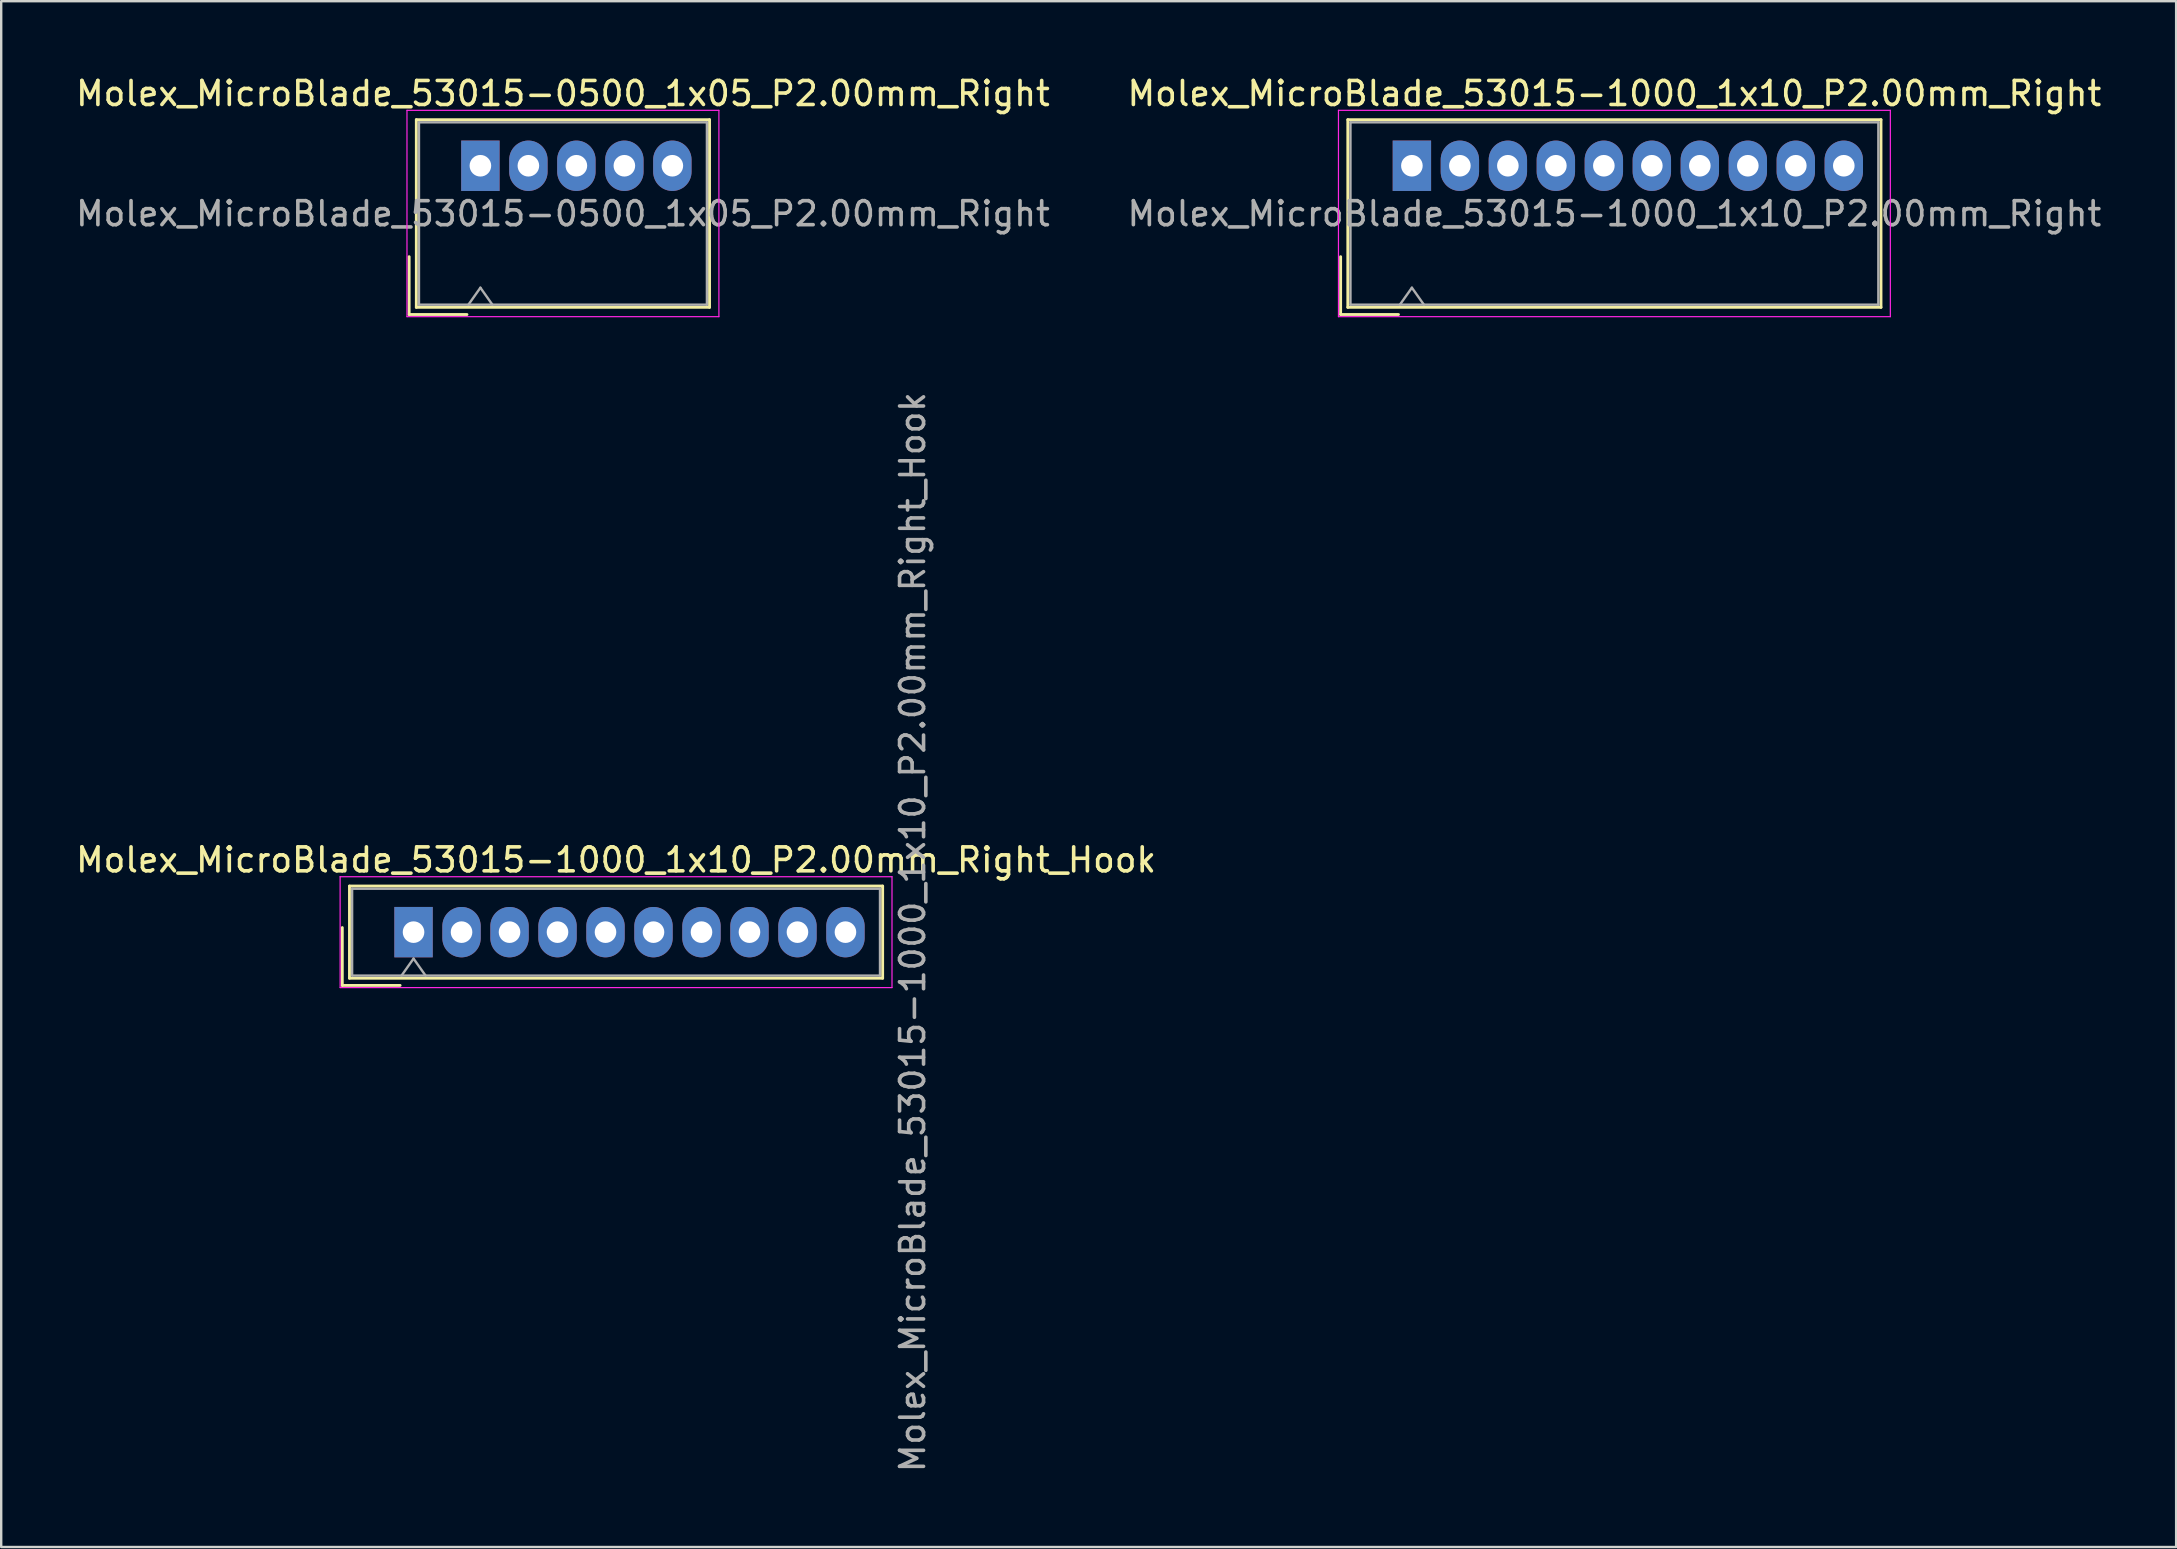
<source format=kicad_pcb>
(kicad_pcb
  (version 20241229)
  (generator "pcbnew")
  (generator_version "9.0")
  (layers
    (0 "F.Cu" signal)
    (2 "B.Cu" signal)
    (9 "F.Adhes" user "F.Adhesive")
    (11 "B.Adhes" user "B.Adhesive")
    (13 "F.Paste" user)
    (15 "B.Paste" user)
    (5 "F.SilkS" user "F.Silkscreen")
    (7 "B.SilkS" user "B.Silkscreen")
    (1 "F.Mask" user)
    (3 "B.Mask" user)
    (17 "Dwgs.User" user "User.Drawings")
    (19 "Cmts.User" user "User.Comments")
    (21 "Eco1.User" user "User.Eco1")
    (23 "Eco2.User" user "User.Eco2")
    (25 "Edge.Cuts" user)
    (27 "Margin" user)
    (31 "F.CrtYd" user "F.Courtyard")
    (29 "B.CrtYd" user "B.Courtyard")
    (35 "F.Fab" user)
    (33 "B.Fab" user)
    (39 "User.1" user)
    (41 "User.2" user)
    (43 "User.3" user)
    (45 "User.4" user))
  (footprint "Molex_MicroBlade_53015-1000_1x10_P2.00mm_Right"
    (layer "F.Cu")
    (at 55.792 3.858)
    (property "Reference" "Molex_MicroBlade_53015-1000_1x10_P2.00mm_Right" (at 8.44 -3.01 0) (layer "F.SilkS") (effects (font (size 1 1) (thickness 0.15))))
    (attr through_hole)
    (fp_line (start -2.97 3.79) (end -2.97 6.2) (stroke (width 0.12) (type solid)) (layer "F.SilkS"))
    (fp_line (start -2.97 6.2) (end -0.56 6.2) (stroke (width 0.12) (type solid)) (layer "F.SilkS"))
    (fp_line (start -2.67 -1.92) (end -2.67 5.9) (stroke (width 0.12) (type solid)) (layer "F.SilkS"))
    (fp_line (start -2.67 5.9) (end 19.55 5.9) (stroke (width 0.12) (type solid)) (layer "F.SilkS"))
    (fp_line (start 19.55 -1.92) (end -2.67 -1.92) (stroke (width 0.12) (type solid)) (layer "F.SilkS"))
    (fp_line (start 19.55 5.9) (end 19.55 -1.92) (stroke (width 0.12) (type solid)) (layer "F.SilkS"))
    (fp_line (start -3.06 -2.31) (end -3.06 6.29) (stroke (width 0.05) (type solid)) (layer "F.CrtYd"))
    (fp_line (start -3.06 6.29) (end 19.94 6.29) (stroke (width 0.05) (type solid)) (layer "F.CrtYd"))
    (fp_line (start 19.94 -2.31) (end -3.06 -2.31) (stroke (width 0.05) (type solid)) (layer "F.CrtYd"))
    (fp_line (start 19.94 6.29) (end 19.94 -2.31) (stroke (width 0.05) (type solid)) (layer "F.CrtYd"))
    (fp_line (start -2.56 -1.81) (end -2.56 5.79) (stroke (width 0.1) (type solid)) (layer "F.Fab"))
    (fp_line (start -2.56 5.79) (end 19.44 5.79) (stroke (width 0.1) (type solid)) (layer "F.Fab"))
    (fp_line (start -0.5 5.79) (end 0 5.083) (stroke (width 0.1) (type solid)) (layer "F.Fab"))
    (fp_line (start 0 5.083) (end 0.5 5.79) (stroke (width 0.1) (type solid)) (layer "F.Fab"))
    (fp_line (start 19.44 -1.81) (end -2.56 -1.81) (stroke (width 0.1) (type solid)) (layer "F.Fab"))
    (fp_line (start 19.44 5.79) (end 19.44 -1.81) (stroke (width 0.1) (type solid)) (layer "F.Fab"))
    (fp_text user "${REFERENCE}" (at 8.44 2 0) (layer "F.Fab") (effects (font (size 1 1) (thickness 0.15))))
    (pad "1" thru_hole rect (at 0 0) (size 1.6 2.1) (drill 0.9) (layers "*.Cu" "*.Mask"))
    (pad "2" thru_hole oval (at 2 0) (size 1.6 2.1) (drill 0.9) (layers "*.Cu" "*.Mask"))
    (pad "3" thru_hole oval (at 4 0) (size 1.6 2.1) (drill 0.9) (layers "*.Cu" "*.Mask"))
    (pad "4" thru_hole oval (at 6 0) (size 1.6 2.1) (drill 0.9) (layers "*.Cu" "*.Mask"))
    (pad "5" thru_hole oval (at 8 0) (size 1.6 2.1) (drill 0.9) (layers "*.Cu" "*.Mask"))
    (pad "6" thru_hole oval (at 10 0) (size 1.6 2.1) (drill 0.9) (layers "*.Cu" "*.Mask"))
    (pad "7" thru_hole oval (at 12 0) (size 1.6 2.1) (drill 0.9) (layers "*.Cu" "*.Mask"))
    (pad "8" thru_hole oval (at 14 0) (size 1.6 2.1) (drill 0.9) (layers "*.Cu" "*.Mask"))
    (pad "9" thru_hole oval (at 16 0) (size 1.6 2.1) (drill 0.9) (layers "*.Cu" "*.Mask"))
    (pad "10" thru_hole oval (at 18 0) (size 1.6 2.1) (drill 0.9) (layers "*.Cu" "*.Mask")))
  (footprint "Molex_MicroBlade_53015-1000_1x10_P2.00mm_Right_Hook"
    (layer "F.Cu")
    (at 14.185 35.798)
    (property "Reference" "Molex_MicroBlade_53015-1000_1x10_P2.00mm_Right_Hook" (at 8.44 -3.01 0) (layer "F.SilkS") (effects (font (size 1 1) (thickness 0.15))))
    (attr through_hole)
    (fp_line (start -2.97 -0.19) (end -2.97 2.22) (stroke (width 0.12) (type solid)) (layer "F.SilkS"))
    (fp_line (start -2.97 2.22) (end -0.56 2.22) (stroke (width 0.12) (type solid)) (layer "F.SilkS"))
    (fp_line (start -2.67 -1.92) (end -2.67 1.92) (stroke (width 0.12) (type solid)) (layer "F.SilkS"))
    (fp_line (start -2.67 1.92) (end 19.55 1.92) (stroke (width 0.12) (type solid)) (layer "F.SilkS"))
    (fp_line (start 19.55 -1.92) (end -2.67 -1.92) (stroke (width 0.12) (type solid)) (layer "F.SilkS"))
    (fp_line (start 19.55 1.92) (end 19.55 -1.92) (stroke (width 0.12) (type solid)) (layer "F.SilkS"))
    (fp_line (start -3.06 -2.31) (end -3.06 2.31) (stroke (width 0.05) (type solid)) (layer "F.CrtYd"))
    (fp_line (start -3.06 2.31) (end 19.94 2.31) (stroke (width 0.05) (type solid)) (layer "F.CrtYd"))
    (fp_line (start 19.94 -2.31) (end -3.06 -2.31) (stroke (width 0.05) (type solid)) (layer "F.CrtYd"))
    (fp_line (start 19.94 2.31) (end 19.94 -2.31) (stroke (width 0.05) (type solid)) (layer "F.CrtYd"))
    (fp_line (start -2.56 -1.81) (end -2.56 1.81) (stroke (width 0.1) (type solid)) (layer "F.Fab"))
    (fp_line (start -2.56 1.81) (end 19.44 1.81) (stroke (width 0.1) (type solid)) (layer "F.Fab"))
    (fp_line (start -0.5 1.81) (end 0 1.103) (stroke (width 0.1) (type solid)) (layer "F.Fab"))
    (fp_line (start 0 1.103) (end 0.5 1.81) (stroke (width 0.1) (type solid)) (layer "F.Fab"))
    (fp_line (start 19.44 -1.81) (end -2.56 -1.81) (stroke (width 0.1) (type solid)) (layer "F.Fab"))
    (fp_line (start 19.44 1.81) (end 19.44 -1.81) (stroke (width 0.1) (type solid)) (layer "F.Fab"))
    (fp_text user "${REFERENCE}" (at 20.8 0 90) (layer "F.Fab") (effects (font (size 1 1) (thickness 0.15))))
    (pad "1" thru_hole rect (at 0 0) (size 1.6 2.1) (drill 0.9) (layers "*.Cu" "*.Mask"))
    (pad "2" thru_hole oval (at 2 0) (size 1.6 2.1) (drill 0.9) (layers "*.Cu" "*.Mask"))
    (pad "3" thru_hole oval (at 4 0) (size 1.6 2.1) (drill 0.9) (layers "*.Cu" "*.Mask"))
    (pad "4" thru_hole oval (at 6 0) (size 1.6 2.1) (drill 0.9) (layers "*.Cu" "*.Mask"))
    (pad "5" thru_hole oval (at 8 0) (size 1.6 2.1) (drill 0.9) (layers "*.Cu" "*.Mask"))
    (pad "6" thru_hole oval (at 10 0) (size 1.6 2.1) (drill 0.9) (layers "*.Cu" "*.Mask"))
    (pad "7" thru_hole oval (at 12 0) (size 1.6 2.1) (drill 0.9) (layers "*.Cu" "*.Mask"))
    (pad "8" thru_hole oval (at 14 0) (size 1.6 2.1) (drill 0.9) (layers "*.Cu" "*.Mask"))
    (pad "9" thru_hole oval (at 16 0) (size 1.6 2.1) (drill 0.9) (layers "*.Cu" "*.Mask"))
    (pad "10" thru_hole oval (at 18 0) (size 1.6 2.1) (drill 0.9) (layers "*.Cu" "*.Mask")))
  (footprint "Molex_MicroBlade_53015-0500_1x05_P2.00mm_Right"
    (layer "F.Cu")
    (at 16.971 3.858)
    (property "Reference" "Molex_MicroBlade_53015-0500_1x05_P2.00mm_Right" (at 3.44 -3.01 0) (layer "F.SilkS") (effects (font (size 1 1) (thickness 0.15))))
    (attr through_hole)
    (fp_line (start -2.97 3.79) (end -2.97 6.2) (stroke (width 0.12) (type solid)) (layer "F.SilkS"))
    (fp_line (start -2.97 6.2) (end -0.56 6.2) (stroke (width 0.12) (type solid)) (layer "F.SilkS"))
    (fp_line (start -2.67 -1.92) (end -2.67 5.9) (stroke (width 0.12) (type solid)) (layer "F.SilkS"))
    (fp_line (start -2.67 5.9) (end 9.55 5.9) (stroke (width 0.12) (type solid)) (layer "F.SilkS"))
    (fp_line (start 9.55 -1.92) (end -2.67 -1.92) (stroke (width 0.12) (type solid)) (layer "F.SilkS"))
    (fp_line (start 9.55 5.9) (end 9.55 -1.92) (stroke (width 0.12) (type solid)) (layer "F.SilkS"))
    (fp_line (start -3.06 -2.31) (end -3.06 6.29) (stroke (width 0.05) (type solid)) (layer "F.CrtYd"))
    (fp_line (start -3.06 6.29) (end 9.94 6.29) (stroke (width 0.05) (type solid)) (layer "F.CrtYd"))
    (fp_line (start 9.94 -2.31) (end -3.06 -2.31) (stroke (width 0.05) (type solid)) (layer "F.CrtYd"))
    (fp_line (start 9.94 6.29) (end 9.94 -2.31) (stroke (width 0.05) (type solid)) (layer "F.CrtYd"))
    (fp_line (start -2.56 -1.81) (end -2.56 5.79) (stroke (width 0.1) (type solid)) (layer "F.Fab"))
    (fp_line (start -2.56 5.79) (end 9.44 5.79) (stroke (width 0.1) (type solid)) (layer "F.Fab"))
    (fp_line (start -0.5 5.79) (end 0 5.083) (stroke (width 0.1) (type solid)) (layer "F.Fab"))
    (fp_line (start 0 5.083) (end 0.5 5.79) (stroke (width 0.1) (type solid)) (layer "F.Fab"))
    (fp_line (start 9.44 -1.81) (end -2.56 -1.81) (stroke (width 0.1) (type solid)) (layer "F.Fab"))
    (fp_line (start 9.44 5.79) (end 9.44 -1.81) (stroke (width 0.1) (type solid)) (layer "F.Fab"))
    (fp_text user "${REFERENCE}" (at 3.44 2 0) (layer "F.Fab") (effects (font (size 1 1) (thickness 0.15))))
    (pad "1" thru_hole rect (at 0 0) (size 1.6 2.1) (drill 0.9) (layers "*.Cu" "*.Mask"))
    (pad "2" thru_hole oval (at 2 0) (size 1.6 2.1) (drill 0.9) (layers "*.Cu" "*.Mask"))
    (pad "3" thru_hole oval (at 4 0) (size 1.6 2.1) (drill 0.9) (layers "*.Cu" "*.Mask"))
    (pad "4" thru_hole oval (at 6 0) (size 1.6 2.1) (drill 0.9) (layers "*.Cu" "*.Mask"))
    (pad "5" thru_hole oval (at 8 0) (size 1.6 2.1) (drill 0.9) (layers "*.Cu" "*.Mask")))
  (gr_rect
    (start -3 -3)
    (end 87.643 61.423)
    (stroke (width 0.1) (type default))
    (fill no)
    (layer "Edge.Cuts")))
</source>
